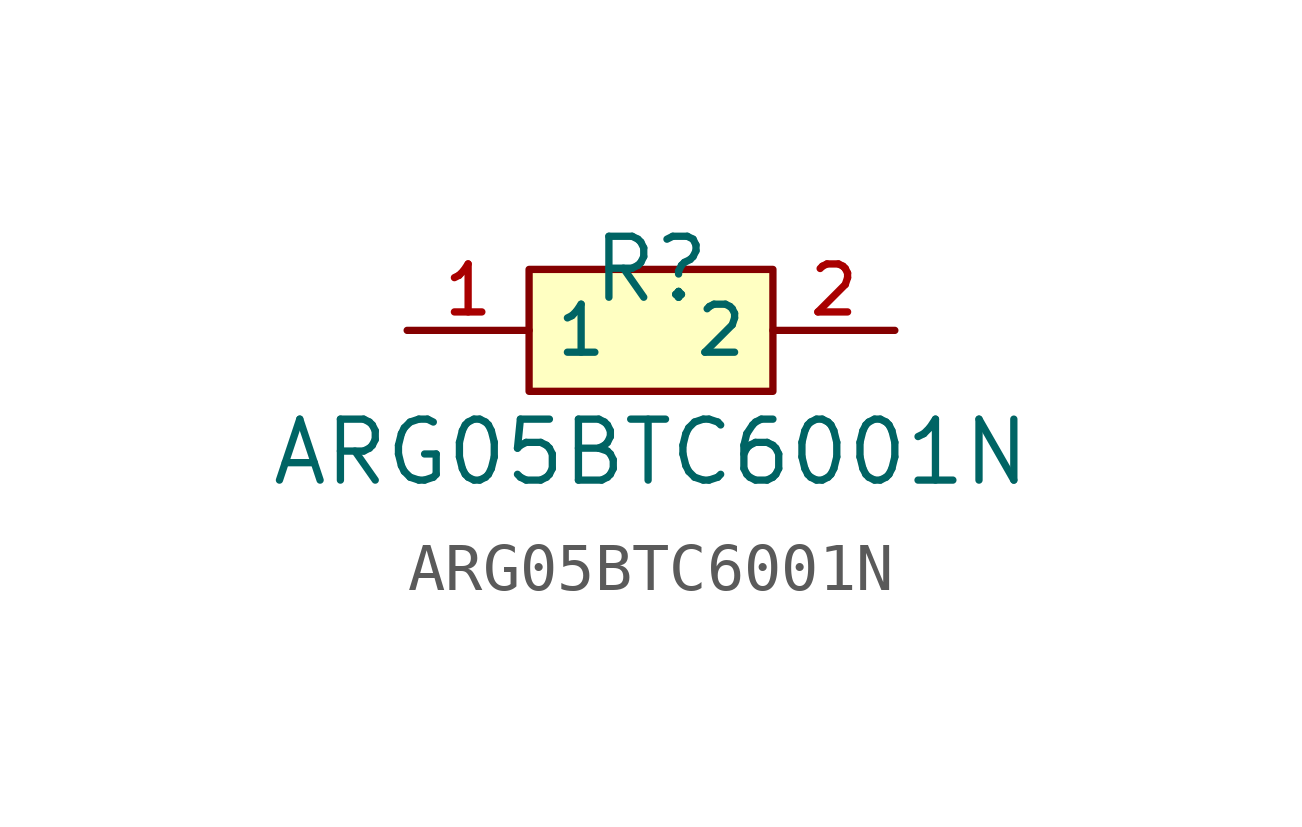
<source format=kicad_sym>
(kicad_symbol_lib
  (version 20210201)
  (generator TousstNicolas/JLC2KiCad_lib)
  (symbol "ARG05BTC6001N"
    (property "Reference" "R"
      (at 0 1.27 0)
      (effects (font (size 1.27 1.27))))
    (property "Value" "ARG05BTC6001N"
      (at 0 -2.54 0)
      (effects (font (size 1.27 1.27))))
    (symbol "ARG05BTC6001N_0_1"
      (rectangle (start -2.54 1.27) (end 2.54 -1.27) (stroke (width 0) (type default) (color 0 0 0 0)) (fill (type background)))
      (pin unspecified line (at 5.08 -0.0 180) (length 2.54) (name "2" (effects (font (size 1 1)))) (number "2" (effects (font (size 1 1)))))
      (pin unspecified line (at -5.08 -0.0 0) (length 2.54) (name "1" (effects (font (size 1 1)))) (number "1" (effects (font (size 1 1))))))))
</source>
